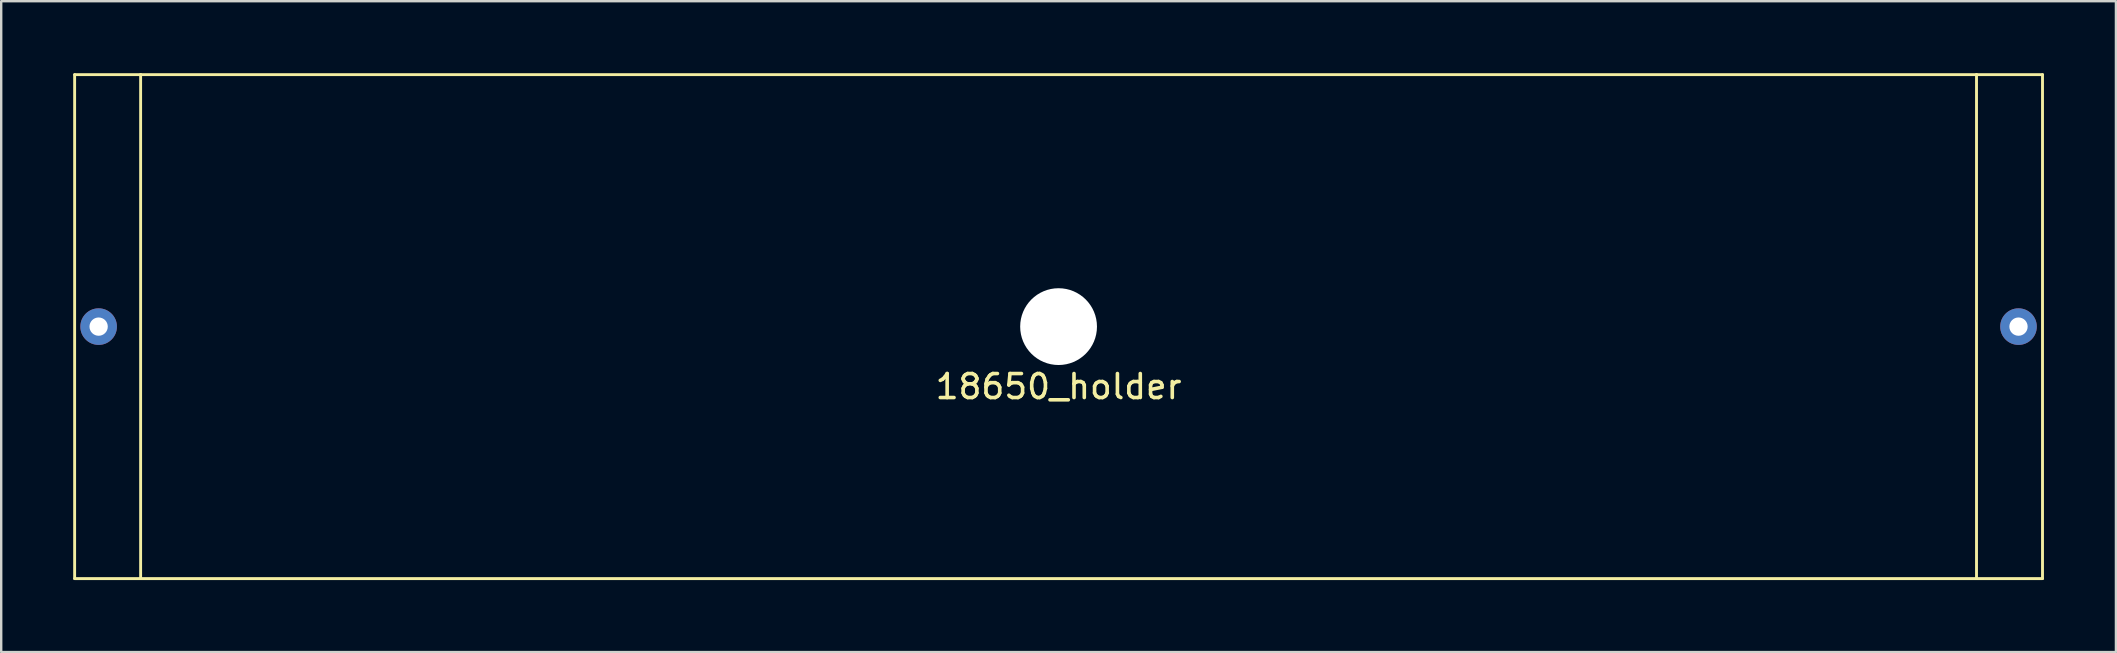
<source format=kicad_pcb>
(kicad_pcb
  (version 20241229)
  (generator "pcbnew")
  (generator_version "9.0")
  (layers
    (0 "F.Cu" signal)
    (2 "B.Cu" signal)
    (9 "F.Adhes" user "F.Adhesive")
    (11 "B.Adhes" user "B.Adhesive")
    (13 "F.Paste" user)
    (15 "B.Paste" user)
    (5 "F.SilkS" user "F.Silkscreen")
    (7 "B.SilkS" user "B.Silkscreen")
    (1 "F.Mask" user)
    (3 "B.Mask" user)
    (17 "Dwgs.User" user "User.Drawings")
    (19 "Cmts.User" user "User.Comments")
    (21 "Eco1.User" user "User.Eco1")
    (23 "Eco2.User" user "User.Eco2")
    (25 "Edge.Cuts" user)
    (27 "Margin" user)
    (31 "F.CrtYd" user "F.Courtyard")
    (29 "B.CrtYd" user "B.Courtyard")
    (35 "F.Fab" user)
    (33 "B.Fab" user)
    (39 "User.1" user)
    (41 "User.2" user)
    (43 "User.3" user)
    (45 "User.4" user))
  (footprint "18650_holder"
    (layer "F.Cu")
    (at 41.06 10.56)
    (property "Reference" "18650_holder" (at 0 2.5 0) (layer "F.SilkS") (effects (font (size 1 1) (thickness 0.15))))
    (attr through_hole)
    (fp_line (start -41 -10.5) (end -41 10.5) (stroke (width 0.12) (type solid)) (layer "F.SilkS"))
    (fp_line (start -41 10.5) (end -38.25 10.5) (stroke (width 0.12) (type solid)) (layer "F.SilkS"))
    (fp_line (start -38.25 -10.5) (end -41 -10.5) (stroke (width 0.12) (type solid)) (layer "F.SilkS"))
    (fp_line (start -38.25 -10.5) (end 38.25 -10.5) (stroke (width 0.12) (type solid)) (layer "F.SilkS"))
    (fp_line (start -38.25 10.5) (end -38.25 -10.5) (stroke (width 0.12) (type solid)) (layer "F.SilkS"))
    (fp_line (start 38.25 -10.5) (end 38.25 10.5) (stroke (width 0.12) (type solid)) (layer "F.SilkS"))
    (fp_line (start 38.25 -10.5) (end 41 -10.5) (stroke (width 0.12) (type solid)) (layer "F.SilkS"))
    (fp_line (start 38.25 10.5) (end -38.25 10.5) (stroke (width 0.12) (type solid)) (layer "F.SilkS"))
    (fp_line (start 41 -10.5) (end 41 10.5) (stroke (width 0.12) (type solid)) (layer "F.SilkS"))
    (fp_line (start 41 10.5) (end 38.25 10.5) (stroke (width 0.12) (type solid)) (layer "F.SilkS"))
    (pad "" np_thru_hole circle (at 0 0) (size 3.2 3.2) (drill 3.2) (layers "*.Cu" "*.Mask"))
    (pad "1" thru_hole circle (at -40 0) (size 1.524 1.524) (drill 0.762) (layers "*.Cu" "*.Mask"))
    (pad "2" thru_hole circle (at 40 0) (size 1.524 1.524) (drill 0.762) (layers "*.Cu" "*.Mask")))
  (gr_rect
    (start -3 -3)
    (end 85.12 24.12)
    (stroke (width 0.1) (type default))
    (fill no)
    (layer "Edge.Cuts")))
</source>
